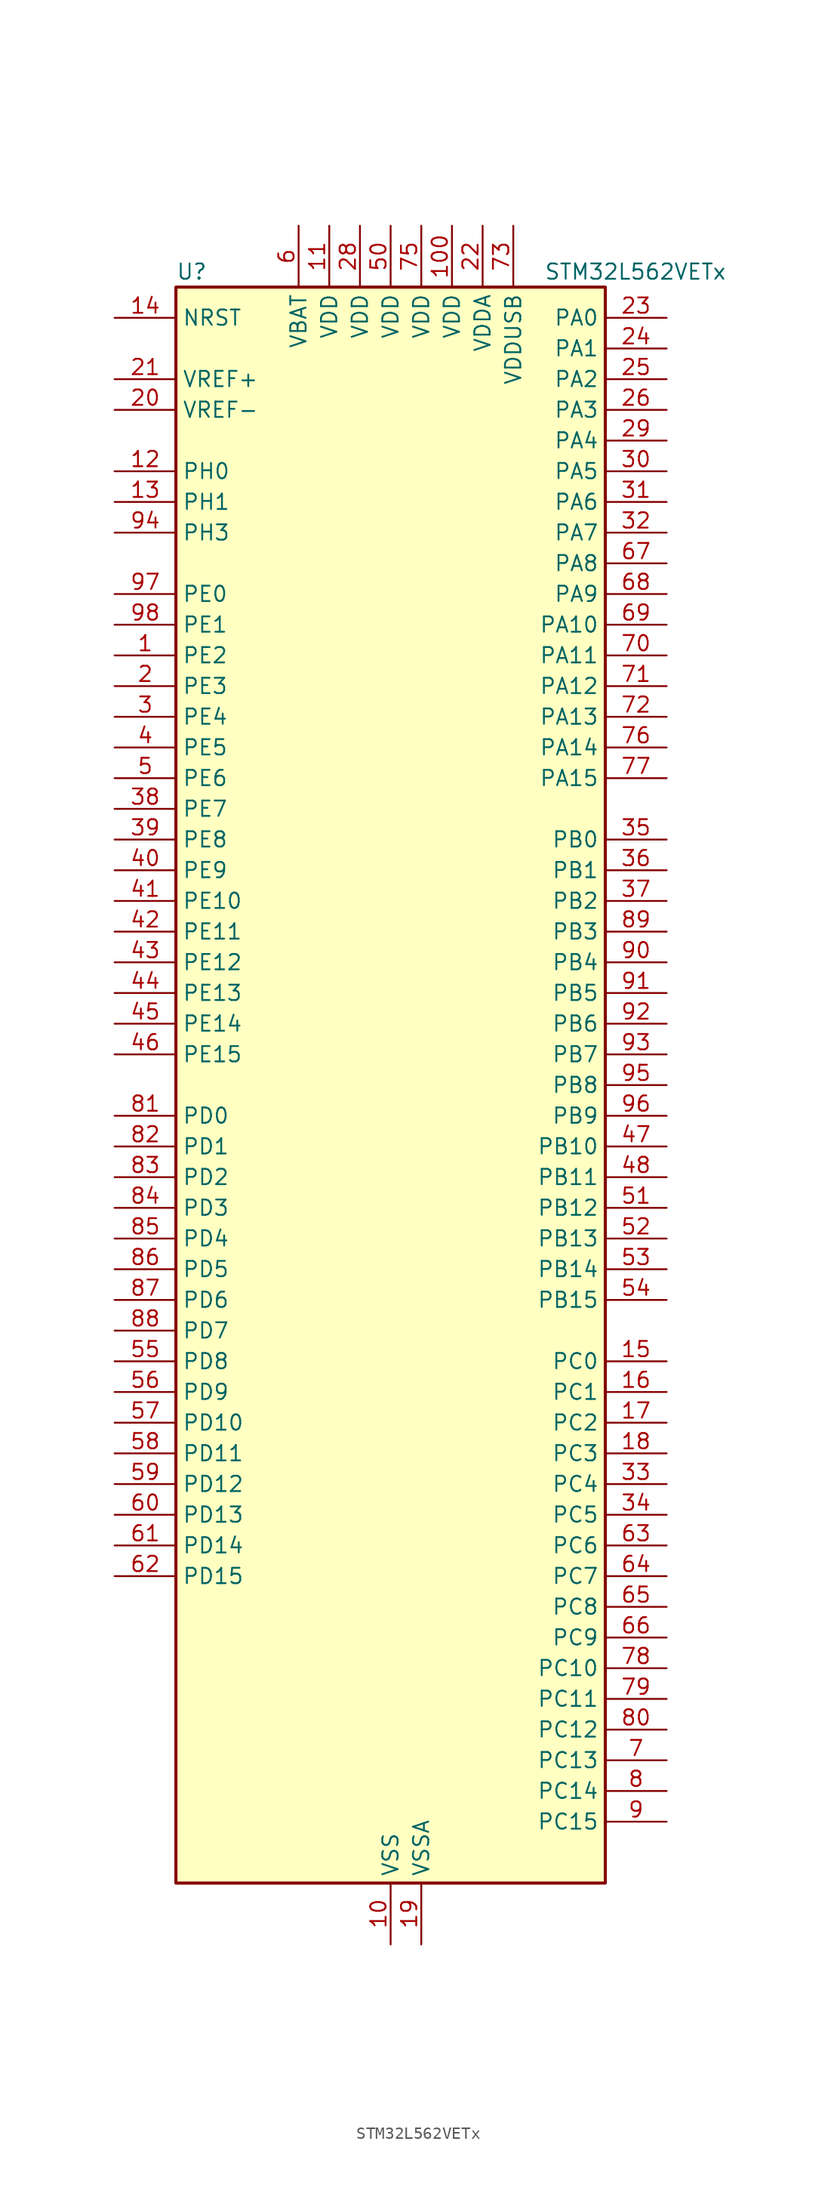
<source format=kicad_sym>
(kicad_symbol_lib
  (version 20231120)
  (generator "kicad_symbol_editor")
  (generator_version "8.0")
  (symbol "STM32L562VETx"
    (property "Reference" "U"
      (at -17.78 67.31 0)
      (effects (font (size 1.27 1.27)) (justify left)))
    (property "Value" "STM32L562VETx"
      (at 12.7 67.31 0)
      (effects (font (size 1.27 1.27)) (justify left)))
    (property "ki_locked" ""
      (at 0 0 0)
      (effects (font (size 1.27 1.27))))
    (symbol "STM32L562VETx_0_1"
      (rectangle (start -17.78 -66.04) (end 17.78 66.04) (stroke (width 0.254) (type default)) (fill (type background))))
    (symbol "STM32L562VETx_1_1"
      (pin bidirectional line (at -22.86 35.56 0) (length 5.08) (name "PE2" (effects (font (size 1.27 1.27)))) (number "1" (effects (font (size 1.27 1.27)))) (alternate "DEBUG_TRACECLK" bidirectional line) (alternate "FMC_A23" bidirectional line) (alternate "SAI1_CK1" bidirectional line) (alternate "SAI1_MCLK_A" bidirectional line) (alternate "TIM3_ETR" bidirectional line) (alternate "TSC_G7_IO1" bidirectional line))
      (pin power_in line (at 0 -71.12 90) (length 5.08) (name "VSS" (effects (font (size 1.27 1.27)))) (number "10" (effects (font (size 1.27 1.27)))))
      (pin power_in line (at 5.08 71.12 270) (length 5.08) (name "VDD" (effects (font (size 1.27 1.27)))) (number "100" (effects (font (size 1.27 1.27)))))
      (pin power_in line (at -5.08 71.12 270) (length 5.08) (name "VDD" (effects (font (size 1.27 1.27)))) (number "11" (effects (font (size 1.27 1.27)))))
      (pin bidirectional line (at -22.86 50.8 0) (length 5.08) (name "PH0" (effects (font (size 1.27 1.27)))) (number "12" (effects (font (size 1.27 1.27)))) (alternate "RCC_OSC_IN" bidirectional line))
      (pin bidirectional line (at -22.86 48.26 0) (length 5.08) (name "PH1" (effects (font (size 1.27 1.27)))) (number "13" (effects (font (size 1.27 1.27)))) (alternate "RCC_OSC_OUT" bidirectional line))
      (pin input line (at -22.86 63.5 0) (length 5.08) (name "NRST" (effects (font (size 1.27 1.27)))) (number "14" (effects (font (size 1.27 1.27)))))
      (pin bidirectional line (at 22.86 -22.86 180) (length 5.08) (name "PC0" (effects (font (size 1.27 1.27)))) (number "15" (effects (font (size 1.27 1.27)))) (alternate "ADC1_IN1" bidirectional line) (alternate "ADC2_IN1" bidirectional line) (alternate "I2C3_SCL" bidirectional line) (alternate "LPTIM1_IN1" bidirectional line) (alternate "LPTIM2_IN1" bidirectional line) (alternate "LPUART1_RX" bidirectional line) (alternate "OCTOSPI1_IO7" bidirectional line) (alternate "SAI2_FS_A" bidirectional line) (alternate "SDMMC1_D5" bidirectional line))
      (pin bidirectional line (at 22.86 -25.4 180) (length 5.08) (name "PC1" (effects (font (size 1.27 1.27)))) (number "16" (effects (font (size 1.27 1.27)))) (alternate "ADC1_IN2" bidirectional line) (alternate "ADC2_IN2" bidirectional line) (alternate "DEBUG_TRACED0" bidirectional line) (alternate "I2C3_SDA" bidirectional line) (alternate "LPTIM1_OUT" bidirectional line) (alternate "LPUART1_TX" bidirectional line) (alternate "OCTOSPI1_IO4" bidirectional line) (alternate "SAI1_SD_A" bidirectional line) (alternate "SPI2_MOSI" bidirectional line))
      (pin bidirectional line (at 22.86 -27.94 180) (length 5.08) (name "PC2" (effects (font (size 1.27 1.27)))) (number "17" (effects (font (size 1.27 1.27)))) (alternate "ADC1_IN3" bidirectional line) (alternate "ADC2_IN3" bidirectional line) (alternate "DFSDM1_CKOUT" bidirectional line) (alternate "LPTIM1_IN2" bidirectional line) (alternate "OCTOSPI1_IO5" bidirectional line) (alternate "SPI2_MISO" bidirectional line))
      (pin bidirectional line (at 22.86 -30.48 180) (length 5.08) (name "PC3" (effects (font (size 1.27 1.27)))) (number "18" (effects (font (size 1.27 1.27)))) (alternate "ADC1_IN4" bidirectional line) (alternate "ADC2_IN4" bidirectional line) (alternate "LPTIM1_ETR" bidirectional line) (alternate "LPTIM2_ETR" bidirectional line) (alternate "LPTIM3_OUT" bidirectional line) (alternate "OCTOSPI1_IO6" bidirectional line) (alternate "SAI1_D1" bidirectional line) (alternate "SAI1_SD_A" bidirectional line) (alternate "SPI2_MOSI" bidirectional line))
      (pin power_in line (at 2.54 -71.12 90) (length 5.08) (name "VSSA" (effects (font (size 1.27 1.27)))) (number "19" (effects (font (size 1.27 1.27)))))
      (pin bidirectional line (at -22.86 33.02 0) (length 5.08) (name "PE3" (effects (font (size 1.27 1.27)))) (number "2" (effects (font (size 1.27 1.27)))) (alternate "DEBUG_TRACED0" bidirectional line) (alternate "FMC_A19" bidirectional line) (alternate "OCTOSPI1_DQS" bidirectional line) (alternate "SAI1_SD_B" bidirectional line) (alternate "TIM3_CH1" bidirectional line) (alternate "TSC_G7_IO2" bidirectional line))
      (pin input line (at -22.86 55.88 0) (length 5.08) (name "VREF-" (effects (font (size 1.27 1.27)))) (number "20" (effects (font (size 1.27 1.27)))))
      (pin input line (at -22.86 58.42 0) (length 5.08) (name "VREF+" (effects (font (size 1.27 1.27)))) (number "21" (effects (font (size 1.27 1.27)))) (alternate "VREFBUF_OUT" bidirectional line))
      (pin power_in line (at 7.62 71.12 270) (length 5.08) (name "VDDA" (effects (font (size 1.27 1.27)))) (number "22" (effects (font (size 1.27 1.27)))))
      (pin bidirectional line (at 22.86 63.5 180) (length 5.08) (name "PA0" (effects (font (size 1.27 1.27)))) (number "23" (effects (font (size 1.27 1.27)))) (alternate "ADC1_IN5" bidirectional line) (alternate "ADC2_IN5" bidirectional line) (alternate "OPAMP1_VINP" bidirectional line) (alternate "PWR_WKUP1" bidirectional line) (alternate "SAI1_EXTCLK" bidirectional line) (alternate "TAMP_IN2" bidirectional line) (alternate "TAMP_OUT1" bidirectional line) (alternate "TIM2_CH1" bidirectional line) (alternate "TIM2_ETR" bidirectional line) (alternate "TIM5_CH1" bidirectional line) (alternate "TIM8_ETR" bidirectional line) (alternate "UART4_TX" bidirectional line) (alternate "USART2_CTS" bidirectional line) (alternate "USART2_NSS" bidirectional line))
      (pin bidirectional line (at 22.86 60.96 180) (length 5.08) (name "PA1" (effects (font (size 1.27 1.27)))) (number "24" (effects (font (size 1.27 1.27)))) (alternate "ADC1_IN6" bidirectional line) (alternate "ADC2_IN6" bidirectional line) (alternate "I2C1_SMBA" bidirectional line) (alternate "OCTOSPI1_DQS" bidirectional line) (alternate "OPAMP1_VINM" bidirectional line) (alternate "SPI1_SCK" bidirectional line) (alternate "TAMP_IN5" bidirectional line) (alternate "TAMP_OUT4" bidirectional line) (alternate "TIM15_CH1N" bidirectional line) (alternate "TIM2_CH2" bidirectional line) (alternate "TIM5_CH2" bidirectional line) (alternate "UART4_RX" bidirectional line) (alternate "USART2_DE" bidirectional line) (alternate "USART2_RTS" bidirectional line))
      (pin bidirectional line (at 22.86 58.42 180) (length 5.08) (name "PA2" (effects (font (size 1.27 1.27)))) (number "25" (effects (font (size 1.27 1.27)))) (alternate "ADC1_IN7" bidirectional line) (alternate "ADC2_IN7" bidirectional line) (alternate "COMP1_INP" bidirectional line) (alternate "LPUART1_TX" bidirectional line) (alternate "OCTOSPI1_NCS" bidirectional line) (alternate "PWR_WKUP4" bidirectional line) (alternate "RCC_LSCO" bidirectional line) (alternate "SAI2_EXTCLK" bidirectional line) (alternate "TIM15_CH1" bidirectional line) (alternate "TIM2_CH3" bidirectional line) (alternate "TIM5_CH3" bidirectional line) (alternate "UCPD1_FRSTX1" bidirectional line) (alternate "USART2_TX" bidirectional line))
      (pin bidirectional line (at 22.86 55.88 180) (length 5.08) (name "PA3" (effects (font (size 1.27 1.27)))) (number "26" (effects (font (size 1.27 1.27)))) (alternate "ADC1_IN8" bidirectional line) (alternate "ADC2_IN8" bidirectional line) (alternate "LPUART1_RX" bidirectional line) (alternate "OCTOSPI1_CLK" bidirectional line) (alternate "OPAMP1_VOUT" bidirectional line) (alternate "SAI1_CK1" bidirectional line) (alternate "SAI1_MCLK_A" bidirectional line) (alternate "TIM15_CH2" bidirectional line) (alternate "TIM2_CH4" bidirectional line) (alternate "TIM5_CH4" bidirectional line) (alternate "USART2_RX" bidirectional line))
      (pin passive line (at 0 -71.12 90) (length 5.08) hide (name "VSS" (effects (font (size 1.27 1.27)))) (number "27" (effects (font (size 1.27 1.27)))))
      (pin power_in line (at -2.54 71.12 270) (length 5.08) (name "VDD" (effects (font (size 1.27 1.27)))) (number "28" (effects (font (size 1.27 1.27)))))
      (pin bidirectional line (at 22.86 53.34 180) (length 5.08) (name "PA4" (effects (font (size 1.27 1.27)))) (number "29" (effects (font (size 1.27 1.27)))) (alternate "ADC1_IN9" bidirectional line) (alternate "ADC2_IN9" bidirectional line) (alternate "DAC1_OUT1" bidirectional line) (alternate "LPTIM2_OUT" bidirectional line) (alternate "OCTOSPI1_NCS" bidirectional line) (alternate "SAI1_FS_B" bidirectional line) (alternate "SPI1_NSS" bidirectional line) (alternate "SPI3_NSS" bidirectional line) (alternate "USART2_CK" bidirectional line))
      (pin bidirectional line (at -22.86 30.48 0) (length 5.08) (name "PE4" (effects (font (size 1.27 1.27)))) (number "3" (effects (font (size 1.27 1.27)))) (alternate "DEBUG_TRACED1" bidirectional line) (alternate "DFSDM1_DATIN3" bidirectional line) (alternate "FMC_A20" bidirectional line) (alternate "SAI1_D2" bidirectional line) (alternate "SAI1_FS_A" bidirectional line) (alternate "TIM3_CH2" bidirectional line) (alternate "TSC_G7_IO3" bidirectional line))
      (pin bidirectional line (at 22.86 50.8 180) (length 5.08) (name "PA5" (effects (font (size 1.27 1.27)))) (number "30" (effects (font (size 1.27 1.27)))) (alternate "ADC1_IN10" bidirectional line) (alternate "ADC2_IN10" bidirectional line) (alternate "DAC1_OUT2" bidirectional line) (alternate "LPTIM2_ETR" bidirectional line) (alternate "SPI1_SCK" bidirectional line) (alternate "TIM2_CH1" bidirectional line) (alternate "TIM2_ETR" bidirectional line) (alternate "TIM8_CH1N" bidirectional line))
      (pin bidirectional line (at 22.86 48.26 180) (length 5.08) (name "PA6" (effects (font (size 1.27 1.27)))) (number "31" (effects (font (size 1.27 1.27)))) (alternate "ADC1_IN11" bidirectional line) (alternate "ADC2_IN11" bidirectional line) (alternate "LPUART1_CTS" bidirectional line) (alternate "OCTOSPI1_IO3" bidirectional line) (alternate "OPAMP2_VINP" bidirectional line) (alternate "SPI1_MISO" bidirectional line) (alternate "TIM16_CH1" bidirectional line) (alternate "TIM1_BKIN" bidirectional line) (alternate "TIM3_CH1" bidirectional line) (alternate "TIM8_BKIN" bidirectional line) (alternate "USART3_CTS" bidirectional line) (alternate "USART3_NSS" bidirectional line))
      (pin bidirectional line (at 22.86 45.72 180) (length 5.08) (name "PA7" (effects (font (size 1.27 1.27)))) (number "32" (effects (font (size 1.27 1.27)))) (alternate "ADC1_IN12" bidirectional line) (alternate "ADC2_IN12" bidirectional line) (alternate "I2C3_SCL" bidirectional line) (alternate "OCTOSPI1_IO2" bidirectional line) (alternate "OPAMP2_VINM" bidirectional line) (alternate "SPI1_MOSI" bidirectional line) (alternate "TIM17_CH1" bidirectional line) (alternate "TIM1_CH1N" bidirectional line) (alternate "TIM3_CH2" bidirectional line) (alternate "TIM8_CH1N" bidirectional line))
      (pin bidirectional line (at 22.86 -33.02 180) (length 5.08) (name "PC4" (effects (font (size 1.27 1.27)))) (number "33" (effects (font (size 1.27 1.27)))) (alternate "ADC1_IN13" bidirectional line) (alternate "ADC2_IN13" bidirectional line) (alternate "COMP1_INM" bidirectional line) (alternate "OCTOSPI1_IO7" bidirectional line) (alternate "USART3_TX" bidirectional line))
      (pin bidirectional line (at 22.86 -35.56 180) (length 5.08) (name "PC5" (effects (font (size 1.27 1.27)))) (number "34" (effects (font (size 1.27 1.27)))) (alternate "ADC1_IN14" bidirectional line) (alternate "ADC2_IN14" bidirectional line) (alternate "COMP1_INP" bidirectional line) (alternate "PWR_WKUP5" bidirectional line) (alternate "SAI1_D3" bidirectional line) (alternate "TAMP_IN4" bidirectional line) (alternate "TAMP_OUT5" bidirectional line) (alternate "USART3_RX" bidirectional line))
      (pin bidirectional line (at 22.86 20.32 180) (length 5.08) (name "PB0" (effects (font (size 1.27 1.27)))) (number "35" (effects (font (size 1.27 1.27)))) (alternate "ADC1_IN15" bidirectional line) (alternate "ADC2_IN15" bidirectional line) (alternate "COMP1_OUT" bidirectional line) (alternate "OCTOSPI1_IO1" bidirectional line) (alternate "OPAMP2_VOUT" bidirectional line) (alternate "SAI1_EXTCLK" bidirectional line) (alternate "SPI1_NSS" bidirectional line) (alternate "TIM1_CH2N" bidirectional line) (alternate "TIM3_CH3" bidirectional line) (alternate "TIM8_CH2N" bidirectional line) (alternate "USART3_CK" bidirectional line))
      (pin bidirectional line (at 22.86 17.78 180) (length 5.08) (name "PB1" (effects (font (size 1.27 1.27)))) (number "36" (effects (font (size 1.27 1.27)))) (alternate "ADC1_IN16" bidirectional line) (alternate "ADC2_IN16" bidirectional line) (alternate "COMP1_INM" bidirectional line) (alternate "DFSDM1_DATIN0" bidirectional line) (alternate "LPTIM2_IN1" bidirectional line) (alternate "LPUART1_DE" bidirectional line) (alternate "LPUART1_RTS" bidirectional line) (alternate "OCTOSPI1_IO0" bidirectional line) (alternate "TIM1_CH3N" bidirectional line) (alternate "TIM3_CH4" bidirectional line) (alternate "TIM8_CH3N" bidirectional line) (alternate "USART3_DE" bidirectional line) (alternate "USART3_RTS" bidirectional line))
      (pin bidirectional line (at 22.86 15.24 180) (length 5.08) (name "PB2" (effects (font (size 1.27 1.27)))) (number "37" (effects (font (size 1.27 1.27)))) (alternate "COMP1_INP" bidirectional line) (alternate "DFSDM1_CKIN0" bidirectional line) (alternate "I2C3_SMBA" bidirectional line) (alternate "LPTIM1_OUT" bidirectional line) (alternate "OCTOSPI1_DQS" bidirectional line) (alternate "RTC_OUT2" bidirectional line) (alternate "UCPD1_FRSTX1" bidirectional line))
      (pin bidirectional line (at -22.86 22.86 0) (length 5.08) (name "PE7" (effects (font (size 1.27 1.27)))) (number "38" (effects (font (size 1.27 1.27)))) (alternate "DFSDM1_DATIN2" bidirectional line) (alternate "FMC_D4" bidirectional line) (alternate "FMC_DA4" bidirectional line) (alternate "SAI1_SD_B" bidirectional line) (alternate "TIM1_ETR" bidirectional line))
      (pin bidirectional line (at -22.86 20.32 0) (length 5.08) (name "PE8" (effects (font (size 1.27 1.27)))) (number "39" (effects (font (size 1.27 1.27)))) (alternate "DFSDM1_CKIN2" bidirectional line) (alternate "FMC_D5" bidirectional line) (alternate "FMC_DA5" bidirectional line) (alternate "SAI1_SCK_B" bidirectional line) (alternate "TIM1_CH1N" bidirectional line))
      (pin bidirectional line (at -22.86 27.94 0) (length 5.08) (name "PE5" (effects (font (size 1.27 1.27)))) (number "4" (effects (font (size 1.27 1.27)))) (alternate "DEBUG_TRACED2" bidirectional line) (alternate "DFSDM1_CKIN3" bidirectional line) (alternate "FMC_A21" bidirectional line) (alternate "SAI1_CK2" bidirectional line) (alternate "SAI1_SCK_A" bidirectional line) (alternate "TIM3_CH3" bidirectional line) (alternate "TSC_G7_IO4" bidirectional line))
      (pin bidirectional line (at -22.86 17.78 0) (length 5.08) (name "PE9" (effects (font (size 1.27 1.27)))) (number "40" (effects (font (size 1.27 1.27)))) (alternate "DAC1_EXTI9" bidirectional line) (alternate "DFSDM1_CKOUT" bidirectional line) (alternate "FMC_D6" bidirectional line) (alternate "FMC_DA6" bidirectional line) (alternate "OCTOSPI1_NCLK" bidirectional line) (alternate "SAI1_FS_B" bidirectional line) (alternate "TIM1_CH1" bidirectional line))
      (pin bidirectional line (at -22.86 15.24 0) (length 5.08) (name "PE10" (effects (font (size 1.27 1.27)))) (number "41" (effects (font (size 1.27 1.27)))) (alternate "FMC_D7" bidirectional line) (alternate "FMC_DA7" bidirectional line) (alternate "OCTOSPI1_CLK" bidirectional line) (alternate "SAI1_MCLK_B" bidirectional line) (alternate "TIM1_CH2N" bidirectional line) (alternate "TSC_G5_IO1" bidirectional line))
      (pin bidirectional line (at -22.86 12.7 0) (length 5.08) (name "PE11" (effects (font (size 1.27 1.27)))) (number "42" (effects (font (size 1.27 1.27)))) (alternate "ADC1_EXTI11" bidirectional line) (alternate "ADC2_EXTI11" bidirectional line) (alternate "FMC_D8" bidirectional line) (alternate "FMC_DA8" bidirectional line) (alternate "OCTOSPI1_NCS" bidirectional line) (alternate "TIM1_CH2" bidirectional line) (alternate "TSC_G5_IO2" bidirectional line))
      (pin bidirectional line (at -22.86 10.16 0) (length 5.08) (name "PE12" (effects (font (size 1.27 1.27)))) (number "43" (effects (font (size 1.27 1.27)))) (alternate "FMC_D9" bidirectional line) (alternate "FMC_DA9" bidirectional line) (alternate "OCTOSPI1_IO0" bidirectional line) (alternate "SPI1_NSS" bidirectional line) (alternate "TIM1_CH3N" bidirectional line) (alternate "TSC_G5_IO3" bidirectional line))
      (pin bidirectional line (at -22.86 7.62 0) (length 5.08) (name "PE13" (effects (font (size 1.27 1.27)))) (number "44" (effects (font (size 1.27 1.27)))) (alternate "FMC_D10" bidirectional line) (alternate "FMC_DA10" bidirectional line) (alternate "OCTOSPI1_IO1" bidirectional line) (alternate "SPI1_SCK" bidirectional line) (alternate "TIM1_CH3" bidirectional line) (alternate "TSC_G5_IO4" bidirectional line))
      (pin bidirectional line (at -22.86 5.08 0) (length 5.08) (name "PE14" (effects (font (size 1.27 1.27)))) (number "45" (effects (font (size 1.27 1.27)))) (alternate "FMC_D11" bidirectional line) (alternate "FMC_DA11" bidirectional line) (alternate "OCTOSPI1_IO2" bidirectional line) (alternate "SPI1_MISO" bidirectional line) (alternate "TIM1_BKIN2" bidirectional line) (alternate "TIM1_CH4" bidirectional line))
      (pin bidirectional line (at -22.86 2.54 0) (length 5.08) (name "PE15" (effects (font (size 1.27 1.27)))) (number "46" (effects (font (size 1.27 1.27)))) (alternate "ADC1_EXTI15" bidirectional line) (alternate "ADC2_EXTI15" bidirectional line) (alternate "FMC_D12" bidirectional line) (alternate "FMC_DA12" bidirectional line) (alternate "OCTOSPI1_IO3" bidirectional line) (alternate "SPI1_MOSI" bidirectional line) (alternate "TIM1_BKIN" bidirectional line))
      (pin bidirectional line (at 22.86 -5.08 180) (length 5.08) (name "PB10" (effects (font (size 1.27 1.27)))) (number "47" (effects (font (size 1.27 1.27)))) (alternate "COMP1_OUT" bidirectional line) (alternate "I2C2_SCL" bidirectional line) (alternate "I2C4_SCL" bidirectional line) (alternate "LPTIM3_OUT" bidirectional line) (alternate "LPUART1_RX" bidirectional line) (alternate "OCTOSPI1_CLK" bidirectional line) (alternate "SAI1_SCK_A" bidirectional line) (alternate "SPI2_SCK" bidirectional line) (alternate "TIM2_CH3" bidirectional line) (alternate "TSC_SYNC" bidirectional line) (alternate "USART3_TX" bidirectional line))
      (pin bidirectional line (at 22.86 -7.62 180) (length 5.08) (name "PB11" (effects (font (size 1.27 1.27)))) (number "48" (effects (font (size 1.27 1.27)))) (alternate "ADC1_EXTI11" bidirectional line) (alternate "ADC2_EXTI11" bidirectional line) (alternate "COMP2_OUT" bidirectional line) (alternate "I2C2_SDA" bidirectional line) (alternate "I2C4_SDA" bidirectional line) (alternate "LPUART1_TX" bidirectional line) (alternate "OCTOSPI1_NCS" bidirectional line) (alternate "TIM2_CH4" bidirectional line) (alternate "USART3_RX" bidirectional line))
      (pin passive line (at 0 -71.12 90) (length 5.08) hide (name "VSS" (effects (font (size 1.27 1.27)))) (number "49" (effects (font (size 1.27 1.27)))))
      (pin bidirectional line (at -22.86 25.4 0) (length 5.08) (name "PE6" (effects (font (size 1.27 1.27)))) (number "5" (effects (font (size 1.27 1.27)))) (alternate "DEBUG_TRACED3" bidirectional line) (alternate "FMC_A22" bidirectional line) (alternate "PWR_WKUP3" bidirectional line) (alternate "SAI1_D1" bidirectional line) (alternate "SAI1_SD_A" bidirectional line) (alternate "TAMP_IN3" bidirectional line) (alternate "TAMP_OUT6" bidirectional line) (alternate "TIM3_CH4" bidirectional line))
      (pin power_in line (at 0 71.12 270) (length 5.08) (name "VDD" (effects (font (size 1.27 1.27)))) (number "50" (effects (font (size 1.27 1.27)))))
      (pin bidirectional line (at 22.86 -10.16 180) (length 5.08) (name "PB12" (effects (font (size 1.27 1.27)))) (number "51" (effects (font (size 1.27 1.27)))) (alternate "DFSDM1_DATIN1" bidirectional line) (alternate "I2C2_SMBA" bidirectional line) (alternate "LPUART1_DE" bidirectional line) (alternate "LPUART1_RTS" bidirectional line) (alternate "OCTOSPI1_NCLK" bidirectional line) (alternate "SAI2_FS_A" bidirectional line) (alternate "SPI2_NSS" bidirectional line) (alternate "TIM15_BKIN" bidirectional line) (alternate "TIM1_BKIN" bidirectional line) (alternate "TSC_G1_IO1" bidirectional line) (alternate "USART3_CK" bidirectional line))
      (pin bidirectional line (at 22.86 -12.7 180) (length 5.08) (name "PB13" (effects (font (size 1.27 1.27)))) (number "52" (effects (font (size 1.27 1.27)))) (alternate "DFSDM1_CKIN1" bidirectional line) (alternate "I2C2_SCL" bidirectional line) (alternate "LPTIM3_IN1" bidirectional line) (alternate "LPUART1_CTS" bidirectional line) (alternate "SAI2_SCK_A" bidirectional line) (alternate "SPI2_SCK" bidirectional line) (alternate "TIM15_CH1N" bidirectional line) (alternate "TIM1_CH1N" bidirectional line) (alternate "TSC_G1_IO2" bidirectional line) (alternate "UCPD1_FRSTX2" bidirectional line) (alternate "USART3_CTS" bidirectional line) (alternate "USART3_NSS" bidirectional line))
      (pin bidirectional line (at 22.86 -15.24 180) (length 5.08) (name "PB14" (effects (font (size 1.27 1.27)))) (number "53" (effects (font (size 1.27 1.27)))) (alternate "DFSDM1_DATIN2" bidirectional line) (alternate "I2C2_SDA" bidirectional line) (alternate "LPTIM3_ETR" bidirectional line) (alternate "SAI2_MCLK_A" bidirectional line) (alternate "SPI2_MISO" bidirectional line) (alternate "TIM15_CH1" bidirectional line) (alternate "TIM1_CH2N" bidirectional line) (alternate "TIM8_CH2N" bidirectional line) (alternate "TSC_G1_IO3" bidirectional line) (alternate "UCPD1_DBCC2" bidirectional line) (alternate "USART3_DE" bidirectional line) (alternate "USART3_RTS" bidirectional line))
      (pin bidirectional line (at 22.86 -17.78 180) (length 5.08) (name "PB15" (effects (font (size 1.27 1.27)))) (number "54" (effects (font (size 1.27 1.27)))) (alternate "ADC1_EXTI15" bidirectional line) (alternate "ADC2_EXTI15" bidirectional line) (alternate "DFSDM1_CKIN2" bidirectional line) (alternate "RTC_REFIN" bidirectional line) (alternate "SAI2_SD_A" bidirectional line) (alternate "SPI2_MOSI" bidirectional line) (alternate "TIM15_CH2" bidirectional line) (alternate "TIM1_CH3N" bidirectional line) (alternate "TIM8_CH3N" bidirectional line) (alternate "UCPD1_CC2" bidirectional line))
      (pin bidirectional line (at -22.86 -22.86 0) (length 5.08) (name "PD8" (effects (font (size 1.27 1.27)))) (number "55" (effects (font (size 1.27 1.27)))) (alternate "FMC_D13" bidirectional line) (alternate "FMC_DA13" bidirectional line) (alternate "USART3_TX" bidirectional line))
      (pin bidirectional line (at -22.86 -25.4 0) (length 5.08) (name "PD9" (effects (font (size 1.27 1.27)))) (number "56" (effects (font (size 1.27 1.27)))) (alternate "DAC1_EXTI9" bidirectional line) (alternate "FMC_D14" bidirectional line) (alternate "FMC_DA14" bidirectional line) (alternate "SAI2_MCLK_A" bidirectional line) (alternate "USART3_RX" bidirectional line))
      (pin bidirectional line (at -22.86 -27.94 0) (length 5.08) (name "PD10" (effects (font (size 1.27 1.27)))) (number "57" (effects (font (size 1.27 1.27)))) (alternate "FMC_D15" bidirectional line) (alternate "FMC_DA15" bidirectional line) (alternate "SAI2_SCK_A" bidirectional line) (alternate "TSC_G6_IO1" bidirectional line) (alternate "USART3_CK" bidirectional line))
      (pin bidirectional line (at -22.86 -30.48 0) (length 5.08) (name "PD11" (effects (font (size 1.27 1.27)))) (number "58" (effects (font (size 1.27 1.27)))) (alternate "ADC1_EXTI11" bidirectional line) (alternate "ADC2_EXTI11" bidirectional line) (alternate "FMC_A16" bidirectional line) (alternate "FMC_CLE" bidirectional line) (alternate "I2C4_SMBA" bidirectional line) (alternate "LPTIM2_ETR" bidirectional line) (alternate "SAI2_SD_A" bidirectional line) (alternate "TSC_G6_IO2" bidirectional line) (alternate "USART3_CTS" bidirectional line) (alternate "USART3_NSS" bidirectional line))
      (pin bidirectional line (at -22.86 -33.02 0) (length 5.08) (name "PD12" (effects (font (size 1.27 1.27)))) (number "59" (effects (font (size 1.27 1.27)))) (alternate "FMC_A17" bidirectional line) (alternate "FMC_ALE" bidirectional line) (alternate "I2C4_SCL" bidirectional line) (alternate "LPTIM2_IN1" bidirectional line) (alternate "SAI2_FS_A" bidirectional line) (alternate "TIM4_CH1" bidirectional line) (alternate "TSC_G6_IO3" bidirectional line) (alternate "USART3_DE" bidirectional line) (alternate "USART3_RTS" bidirectional line))
      (pin power_in line (at -7.62 71.12 270) (length 5.08) (name "VBAT" (effects (font (size 1.27 1.27)))) (number "6" (effects (font (size 1.27 1.27)))))
      (pin bidirectional line (at -22.86 -35.56 0) (length 5.08) (name "PD13" (effects (font (size 1.27 1.27)))) (number "60" (effects (font (size 1.27 1.27)))) (alternate "FMC_A18" bidirectional line) (alternate "I2C4_SDA" bidirectional line) (alternate "LPTIM2_OUT" bidirectional line) (alternate "TIM4_CH2" bidirectional line) (alternate "TSC_G6_IO4" bidirectional line))
      (pin bidirectional line (at -22.86 -38.1 0) (length 5.08) (name "PD14" (effects (font (size 1.27 1.27)))) (number "61" (effects (font (size 1.27 1.27)))) (alternate "FMC_D0" bidirectional line) (alternate "FMC_DA0" bidirectional line) (alternate "TIM4_CH3" bidirectional line))
      (pin bidirectional line (at -22.86 -40.64 0) (length 5.08) (name "PD15" (effects (font (size 1.27 1.27)))) (number "62" (effects (font (size 1.27 1.27)))) (alternate "ADC1_EXTI15" bidirectional line) (alternate "ADC2_EXTI15" bidirectional line) (alternate "FMC_D1" bidirectional line) (alternate "FMC_DA1" bidirectional line) (alternate "TIM4_CH4" bidirectional line))
      (pin bidirectional line (at 22.86 -38.1 180) (length 5.08) (name "PC6" (effects (font (size 1.27 1.27)))) (number "63" (effects (font (size 1.27 1.27)))) (alternate "DFSDM1_CKIN3" bidirectional line) (alternate "SAI2_MCLK_A" bidirectional line) (alternate "SDMMC1_D0DIR" bidirectional line) (alternate "SDMMC1_D6" bidirectional line) (alternate "TIM3_CH1" bidirectional line) (alternate "TIM8_CH1" bidirectional line) (alternate "TSC_G4_IO1" bidirectional line))
      (pin bidirectional line (at 22.86 -40.64 180) (length 5.08) (name "PC7" (effects (font (size 1.27 1.27)))) (number "64" (effects (font (size 1.27 1.27)))) (alternate "DFSDM1_DATIN3" bidirectional line) (alternate "SAI2_MCLK_B" bidirectional line) (alternate "SDMMC1_D123DIR" bidirectional line) (alternate "SDMMC1_D7" bidirectional line) (alternate "TIM3_CH2" bidirectional line) (alternate "TIM8_CH2" bidirectional line) (alternate "TSC_G4_IO2" bidirectional line))
      (pin bidirectional line (at 22.86 -43.18 180) (length 5.08) (name "PC8" (effects (font (size 1.27 1.27)))) (number "65" (effects (font (size 1.27 1.27)))) (alternate "SDMMC1_D0" bidirectional line) (alternate "TIM3_CH3" bidirectional line) (alternate "TIM8_CH3" bidirectional line) (alternate "TSC_G4_IO3" bidirectional line))
      (pin bidirectional line (at 22.86 -45.72 180) (length 5.08) (name "PC9" (effects (font (size 1.27 1.27)))) (number "66" (effects (font (size 1.27 1.27)))) (alternate "DAC1_EXTI9" bidirectional line) (alternate "DEBUG_TRACED0" bidirectional line) (alternate "SAI2_EXTCLK" bidirectional line) (alternate "SDMMC1_D1" bidirectional line) (alternate "TIM3_CH4" bidirectional line) (alternate "TIM8_BKIN2" bidirectional line) (alternate "TIM8_CH4" bidirectional line) (alternate "TSC_G4_IO4" bidirectional line) (alternate "USB_NOE" bidirectional line))
      (pin bidirectional line (at 22.86 43.18 180) (length 5.08) (name "PA8" (effects (font (size 1.27 1.27)))) (number "67" (effects (font (size 1.27 1.27)))) (alternate "LPTIM2_OUT" bidirectional line) (alternate "RCC_MCO" bidirectional line) (alternate "SAI1_CK2" bidirectional line) (alternate "SAI1_SCK_A" bidirectional line) (alternate "TIM1_CH1" bidirectional line) (alternate "USART1_CK" bidirectional line))
      (pin bidirectional line (at 22.86 40.64 180) (length 5.08) (name "PA9" (effects (font (size 1.27 1.27)))) (number "68" (effects (font (size 1.27 1.27)))) (alternate "DAC1_EXTI9" bidirectional line) (alternate "SAI1_FS_A" bidirectional line) (alternate "SPI2_SCK" bidirectional line) (alternate "TIM15_BKIN" bidirectional line) (alternate "TIM1_CH2" bidirectional line) (alternate "USART1_TX" bidirectional line))
      (pin bidirectional line (at 22.86 38.1 180) (length 5.08) (name "PA10" (effects (font (size 1.27 1.27)))) (number "69" (effects (font (size 1.27 1.27)))) (alternate "CRS_SYNC" bidirectional line) (alternate "SAI1_D1" bidirectional line) (alternate "SAI1_SD_A" bidirectional line) (alternate "TIM17_BKIN" bidirectional line) (alternate "TIM1_CH3" bidirectional line) (alternate "USART1_RX" bidirectional line))
      (pin bidirectional line (at 22.86 -55.88 180) (length 5.08) (name "PC13" (effects (font (size 1.27 1.27)))) (number "7" (effects (font (size 1.27 1.27)))) (alternate "PWR_WKUP2" bidirectional line) (alternate "RTC_OUT1" bidirectional line) (alternate "RTC_TS" bidirectional line) (alternate "TAMP_IN1" bidirectional line) (alternate "TAMP_OUT2" bidirectional line))
      (pin bidirectional line (at 22.86 35.56 180) (length 5.08) (name "PA11" (effects (font (size 1.27 1.27)))) (number "70" (effects (font (size 1.27 1.27)))) (alternate "ADC1_EXTI11" bidirectional line) (alternate "ADC2_EXTI11" bidirectional line) (alternate "FDCAN1_RX" bidirectional line) (alternate "SPI1_MISO" bidirectional line) (alternate "TIM1_BKIN2" bidirectional line) (alternate "TIM1_CH4" bidirectional line) (alternate "USART1_CTS" bidirectional line) (alternate "USART1_NSS" bidirectional line) (alternate "USB_DM" bidirectional line))
      (pin bidirectional line (at 22.86 33.02 180) (length 5.08) (name "PA12" (effects (font (size 1.27 1.27)))) (number "71" (effects (font (size 1.27 1.27)))) (alternate "FDCAN1_TX" bidirectional line) (alternate "SPI1_MOSI" bidirectional line) (alternate "TIM1_ETR" bidirectional line) (alternate "USART1_DE" bidirectional line) (alternate "USART1_RTS" bidirectional line) (alternate "USB_DP" bidirectional line))
      (pin bidirectional line (at 22.86 30.48 180) (length 5.08) (name "PA13" (effects (font (size 1.27 1.27)))) (number "72" (effects (font (size 1.27 1.27)))) (alternate "DEBUG_JTMS-SWDIO" bidirectional line) (alternate "IR_OUT" bidirectional line) (alternate "SAI1_SD_B" bidirectional line) (alternate "USB_NOE" bidirectional line))
      (pin power_in line (at 10.16 71.12 270) (length 5.08) (name "VDDUSB" (effects (font (size 1.27 1.27)))) (number "73" (effects (font (size 1.27 1.27)))))
      (pin passive line (at 0 -71.12 90) (length 5.08) hide (name "VSS" (effects (font (size 1.27 1.27)))) (number "74" (effects (font (size 1.27 1.27)))))
      (pin power_in line (at 2.54 71.12 270) (length 5.08) (name "VDD" (effects (font (size 1.27 1.27)))) (number "75" (effects (font (size 1.27 1.27)))))
      (pin bidirectional line (at 22.86 27.94 180) (length 5.08) (name "PA14" (effects (font (size 1.27 1.27)))) (number "76" (effects (font (size 1.27 1.27)))) (alternate "DEBUG_JTCK-SWCLK" bidirectional line) (alternate "I2C1_SMBA" bidirectional line) (alternate "I2C4_SMBA" bidirectional line) (alternate "LPTIM1_OUT" bidirectional line) (alternate "SAI1_FS_B" bidirectional line))
      (pin bidirectional line (at 22.86 25.4 180) (length 5.08) (name "PA15" (effects (font (size 1.27 1.27)))) (number "77" (effects (font (size 1.27 1.27)))) (alternate "ADC1_EXTI15" bidirectional line) (alternate "ADC2_EXTI15" bidirectional line) (alternate "DEBUG_JTDI" bidirectional line) (alternate "SAI2_FS_B" bidirectional line) (alternate "SPI1_NSS" bidirectional line) (alternate "SPI3_NSS" bidirectional line) (alternate "TIM2_CH1" bidirectional line) (alternate "TIM2_ETR" bidirectional line) (alternate "UART4_DE" bidirectional line) (alternate "UART4_RTS" bidirectional line) (alternate "UCPD1_CC1" bidirectional line) (alternate "USART2_RX" bidirectional line) (alternate "USART3_DE" bidirectional line) (alternate "USART3_RTS" bidirectional line))
      (pin bidirectional line (at 22.86 -48.26 180) (length 5.08) (name "PC10" (effects (font (size 1.27 1.27)))) (number "78" (effects (font (size 1.27 1.27)))) (alternate "DEBUG_TRACED1" bidirectional line) (alternate "LPTIM3_ETR" bidirectional line) (alternate "SAI2_SCK_B" bidirectional line) (alternate "SDMMC1_D2" bidirectional line) (alternate "SPI3_SCK" bidirectional line) (alternate "TSC_G3_IO2" bidirectional line) (alternate "UART4_TX" bidirectional line) (alternate "USART3_TX" bidirectional line))
      (pin bidirectional line (at 22.86 -50.8 180) (length 5.08) (name "PC11" (effects (font (size 1.27 1.27)))) (number "79" (effects (font (size 1.27 1.27)))) (alternate "ADC1_EXTI11" bidirectional line) (alternate "ADC2_EXTI11" bidirectional line) (alternate "LPTIM3_IN1" bidirectional line) (alternate "OCTOSPI1_NCS" bidirectional line) (alternate "SAI2_MCLK_B" bidirectional line) (alternate "SDMMC1_D3" bidirectional line) (alternate "SPI3_MISO" bidirectional line) (alternate "TSC_G3_IO3" bidirectional line) (alternate "UART4_RX" bidirectional line) (alternate "UCPD1_FRSTX2" bidirectional line) (alternate "USART3_RX" bidirectional line))
      (pin bidirectional line (at 22.86 -58.42 180) (length 5.08) (name "PC14" (effects (font (size 1.27 1.27)))) (number "8" (effects (font (size 1.27 1.27)))) (alternate "RCC_OSC32_IN" bidirectional line))
      (pin bidirectional line (at 22.86 -53.34 180) (length 5.08) (name "PC12" (effects (font (size 1.27 1.27)))) (number "80" (effects (font (size 1.27 1.27)))) (alternate "DEBUG_TRACED3" bidirectional line) (alternate "SAI2_SD_B" bidirectional line) (alternate "SDMMC1_CK" bidirectional line) (alternate "SPI3_MOSI" bidirectional line) (alternate "TSC_G3_IO4" bidirectional line) (alternate "UART5_TX" bidirectional line) (alternate "USART3_CK" bidirectional line))
      (pin bidirectional line (at -22.86 -2.54 0) (length 5.08) (name "PD0" (effects (font (size 1.27 1.27)))) (number "81" (effects (font (size 1.27 1.27)))) (alternate "FDCAN1_RX" bidirectional line) (alternate "FMC_D2" bidirectional line) (alternate "FMC_DA2" bidirectional line) (alternate "SPI2_NSS" bidirectional line))
      (pin bidirectional line (at -22.86 -5.08 0) (length 5.08) (name "PD1" (effects (font (size 1.27 1.27)))) (number "82" (effects (font (size 1.27 1.27)))) (alternate "FDCAN1_TX" bidirectional line) (alternate "FMC_D3" bidirectional line) (alternate "FMC_DA3" bidirectional line) (alternate "SPI2_SCK" bidirectional line))
      (pin bidirectional line (at -22.86 -7.62 0) (length 5.08) (name "PD2" (effects (font (size 1.27 1.27)))) (number "83" (effects (font (size 1.27 1.27)))) (alternate "DEBUG_TRACED2" bidirectional line) (alternate "SDMMC1_CMD" bidirectional line) (alternate "TIM3_ETR" bidirectional line) (alternate "TSC_SYNC" bidirectional line) (alternate "UART5_RX" bidirectional line) (alternate "USART3_DE" bidirectional line) (alternate "USART3_RTS" bidirectional line))
      (pin bidirectional line (at -22.86 -10.16 0) (length 5.08) (name "PD3" (effects (font (size 1.27 1.27)))) (number "84" (effects (font (size 1.27 1.27)))) (alternate "DFSDM1_DATIN0" bidirectional line) (alternate "FMC_CLK" bidirectional line) (alternate "SPI2_MISO" bidirectional line) (alternate "SPI2_SCK" bidirectional line) (alternate "USART2_CTS" bidirectional line) (alternate "USART2_NSS" bidirectional line))
      (pin bidirectional line (at -22.86 -12.7 0) (length 5.08) (name "PD4" (effects (font (size 1.27 1.27)))) (number "85" (effects (font (size 1.27 1.27)))) (alternate "DFSDM1_CKIN0" bidirectional line) (alternate "FMC_NOE" bidirectional line) (alternate "OCTOSPI1_IO4" bidirectional line) (alternate "SPI2_MOSI" bidirectional line) (alternate "USART2_DE" bidirectional line) (alternate "USART2_RTS" bidirectional line))
      (pin bidirectional line (at -22.86 -15.24 0) (length 5.08) (name "PD5" (effects (font (size 1.27 1.27)))) (number "86" (effects (font (size 1.27 1.27)))) (alternate "FMC_NWE" bidirectional line) (alternate "OCTOSPI1_IO5" bidirectional line) (alternate "USART2_TX" bidirectional line))
      (pin bidirectional line (at -22.86 -17.78 0) (length 5.08) (name "PD6" (effects (font (size 1.27 1.27)))) (number "87" (effects (font (size 1.27 1.27)))) (alternate "DFSDM1_DATIN1" bidirectional line) (alternate "FMC_NWAIT" bidirectional line) (alternate "OCTOSPI1_IO6" bidirectional line) (alternate "SAI1_D1" bidirectional line) (alternate "SAI1_SD_A" bidirectional line) (alternate "SPI3_MOSI" bidirectional line) (alternate "USART2_RX" bidirectional line))
      (pin bidirectional line (at -22.86 -20.32 0) (length 5.08) (name "PD7" (effects (font (size 1.27 1.27)))) (number "88" (effects (font (size 1.27 1.27)))) (alternate "DFSDM1_CKIN1" bidirectional line) (alternate "FMC_NCE" bidirectional line) (alternate "FMC_NE1" bidirectional line) (alternate "OCTOSPI1_IO7" bidirectional line) (alternate "USART2_CK" bidirectional line))
      (pin bidirectional line (at 22.86 12.7 180) (length 5.08) (name "PB3" (effects (font (size 1.27 1.27)))) (number "89" (effects (font (size 1.27 1.27)))) (alternate "COMP2_INM" bidirectional line) (alternate "CRS_SYNC" bidirectional line) (alternate "DEBUG_JTDO-SWO" bidirectional line) (alternate "SAI1_SCK_B" bidirectional line) (alternate "SPI1_SCK" bidirectional line) (alternate "SPI3_SCK" bidirectional line) (alternate "TIM2_CH2" bidirectional line) (alternate "USART1_DE" bidirectional line) (alternate "USART1_RTS" bidirectional line))
      (pin bidirectional line (at 22.86 -60.96 180) (length 5.08) (name "PC15" (effects (font (size 1.27 1.27)))) (number "9" (effects (font (size 1.27 1.27)))) (alternate "ADC1_EXTI15" bidirectional line) (alternate "ADC2_EXTI15" bidirectional line) (alternate "RCC_OSC32_OUT" bidirectional line))
      (pin bidirectional line (at 22.86 10.16 180) (length 5.08) (name "PB4" (effects (font (size 1.27 1.27)))) (number "90" (effects (font (size 1.27 1.27)))) (alternate "COMP2_INP" bidirectional line) (alternate "DEBUG_JTRST" bidirectional line) (alternate "I2C3_SDA" bidirectional line) (alternate "SAI1_MCLK_B" bidirectional line) (alternate "SPI1_MISO" bidirectional line) (alternate "SPI3_MISO" bidirectional line) (alternate "TIM17_BKIN" bidirectional line) (alternate "TIM3_CH1" bidirectional line) (alternate "TSC_G2_IO1" bidirectional line) (alternate "UART5_DE" bidirectional line) (alternate "UART5_RTS" bidirectional line) (alternate "USART1_CTS" bidirectional line) (alternate "USART1_NSS" bidirectional line))
      (pin bidirectional line (at 22.86 7.62 180) (length 5.08) (name "PB5" (effects (font (size 1.27 1.27)))) (number "91" (effects (font (size 1.27 1.27)))) (alternate "COMP2_OUT" bidirectional line) (alternate "I2C1_SMBA" bidirectional line) (alternate "LPTIM1_IN1" bidirectional line) (alternate "OCTOSPI1_NCLK" bidirectional line) (alternate "SAI1_SD_B" bidirectional line) (alternate "SPI1_MOSI" bidirectional line) (alternate "SPI3_MOSI" bidirectional line) (alternate "TIM16_BKIN" bidirectional line) (alternate "TIM3_CH2" bidirectional line) (alternate "TSC_G2_IO2" bidirectional line) (alternate "UART5_CTS" bidirectional line) (alternate "UCPD1_DBCC1" bidirectional line) (alternate "USART1_CK" bidirectional line))
      (pin bidirectional line (at 22.86 5.08 180) (length 5.08) (name "PB6" (effects (font (size 1.27 1.27)))) (number "92" (effects (font (size 1.27 1.27)))) (alternate "COMP2_INP" bidirectional line) (alternate "I2C1_SCL" bidirectional line) (alternate "I2C4_SCL" bidirectional line) (alternate "LPTIM1_ETR" bidirectional line) (alternate "SAI1_FS_B" bidirectional line) (alternate "TIM16_CH1N" bidirectional line) (alternate "TIM4_CH1" bidirectional line) (alternate "TIM8_BKIN2" bidirectional line) (alternate "TSC_G2_IO3" bidirectional line) (alternate "USART1_TX" bidirectional line))
      (pin bidirectional line (at 22.86 2.54 180) (length 5.08) (name "PB7" (effects (font (size 1.27 1.27)))) (number "93" (effects (font (size 1.27 1.27)))) (alternate "COMP2_INM" bidirectional line) (alternate "FMC_NL" bidirectional line) (alternate "I2C1_SDA" bidirectional line) (alternate "I2C4_SDA" bidirectional line) (alternate "LPTIM1_IN2" bidirectional line) (alternate "PWR_PVD_IN" bidirectional line) (alternate "TIM17_CH1N" bidirectional line) (alternate "TIM4_CH2" bidirectional line) (alternate "TIM8_BKIN" bidirectional line) (alternate "TSC_G2_IO4" bidirectional line) (alternate "UART4_CTS" bidirectional line) (alternate "USART1_RX" bidirectional line))
      (pin bidirectional line (at -22.86 45.72 0) (length 5.08) (name "PH3" (effects (font (size 1.27 1.27)))) (number "94" (effects (font (size 1.27 1.27)))))
      (pin bidirectional line (at 22.86 0 180) (length 5.08) (name "PB8" (effects (font (size 1.27 1.27)))) (number "95" (effects (font (size 1.27 1.27)))) (alternate "DFSDM1_CKOUT" bidirectional line) (alternate "FDCAN1_RX" bidirectional line) (alternate "I2C1_SCL" bidirectional line) (alternate "SAI1_CK1" bidirectional line) (alternate "SAI1_MCLK_A" bidirectional line) (alternate "SDMMC1_CKIN" bidirectional line) (alternate "SDMMC1_D4" bidirectional line) (alternate "TIM16_CH1" bidirectional line) (alternate "TIM4_CH3" bidirectional line))
      (pin bidirectional line (at 22.86 -2.54 180) (length 5.08) (name "PB9" (effects (font (size 1.27 1.27)))) (number "96" (effects (font (size 1.27 1.27)))) (alternate "DAC1_EXTI9" bidirectional line) (alternate "FDCAN1_TX" bidirectional line) (alternate "I2C1_SDA" bidirectional line) (alternate "IR_OUT" bidirectional line) (alternate "SAI1_D2" bidirectional line) (alternate "SAI1_FS_A" bidirectional line) (alternate "SDMMC1_CDIR" bidirectional line) (alternate "SDMMC1_D5" bidirectional line) (alternate "SPI2_NSS" bidirectional line) (alternate "TIM17_CH1" bidirectional line) (alternate "TIM4_CH4" bidirectional line))
      (pin bidirectional line (at -22.86 40.64 0) (length 5.08) (name "PE0" (effects (font (size 1.27 1.27)))) (number "97" (effects (font (size 1.27 1.27)))) (alternate "FMC_NBL0" bidirectional line) (alternate "TIM16_CH1" bidirectional line) (alternate "TIM4_ETR" bidirectional line))
      (pin bidirectional line (at -22.86 38.1 0) (length 5.08) (name "PE1" (effects (font (size 1.27 1.27)))) (number "98" (effects (font (size 1.27 1.27)))) (alternate "FMC_NBL1" bidirectional line) (alternate "TIM17_CH1" bidirectional line))
      (pin passive line (at 0 -71.12 90) (length 5.08) hide (name "VSS" (effects (font (size 1.27 1.27)))) (number "99" (effects (font (size 1.27 1.27))))))))
</source>
